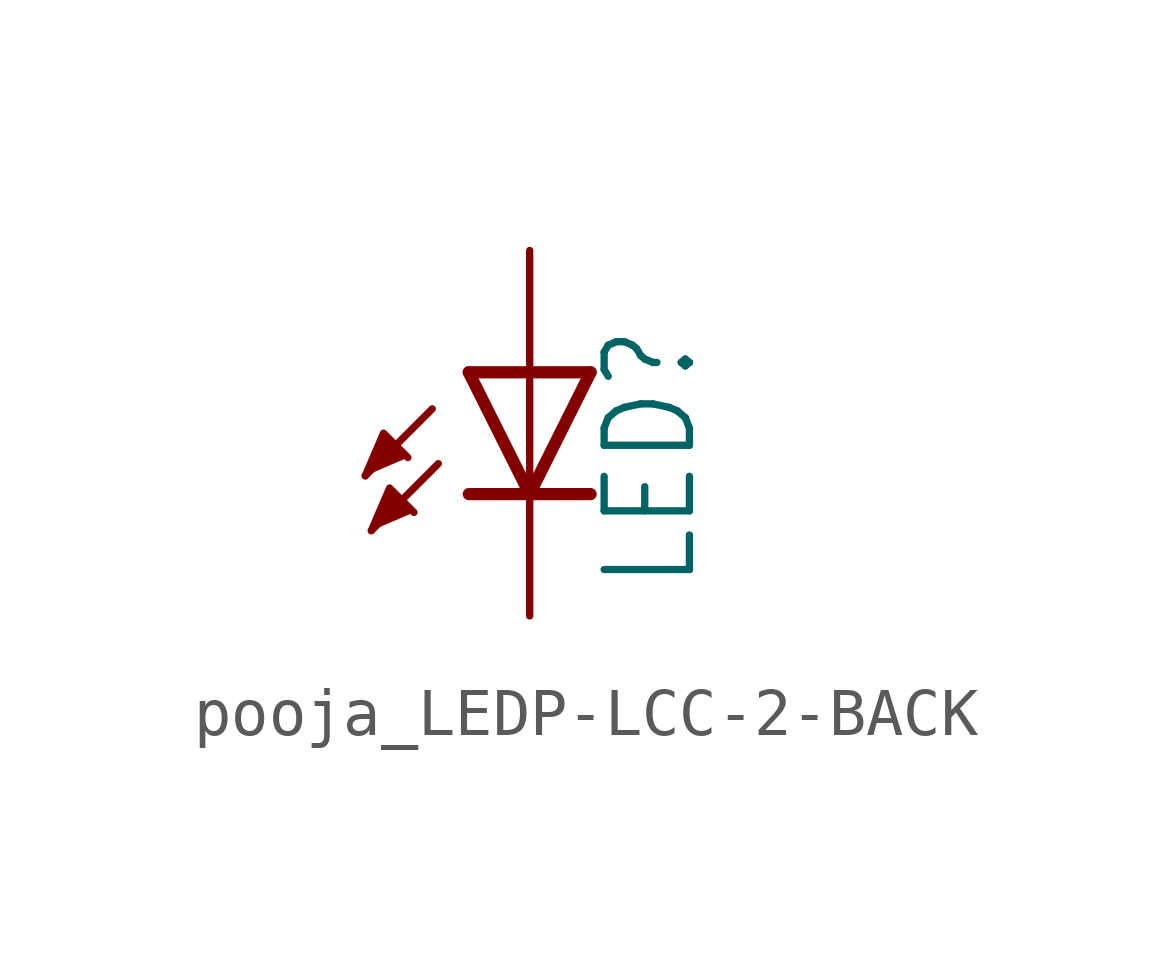
<source format=kicad_sym>
(kicad_symbol_lib
  (version 20220914)
  (generator kicad_symbol_editor)
  (symbol "pooja_LEDP-LCC-2-BACK"
    (property "Reference" "LED"
      (at 3.556 -4.572 90)
      (effects (font (size 1.778 1.511)) (justify left bottom)))
    (property "Value" ""
      (at 5.715 -4.572 90)
      (effects (font (size 1.778 1.511)) (justify left bottom)))
    (property "ki_locked" ""
      (at 0 0 0)
      (effects (font (size 1.27 1.27))))
    (symbol "pooja_LEDP-LCC-2-BACK_1_0"
      (polyline (pts (xy -2.032 -0.762) (xy -3.429 -2.159)) (stroke (width 0.152) (type solid)) (fill (type none)))
      (polyline (pts (xy -1.905 -1.905) (xy -3.302 -3.302)) (stroke (width 0.152) (type solid)) (fill (type none)))
      (polyline (pts (xy 0 -2.54) (xy -1.27 -2.54)) (stroke (width 0.254) (type solid)) (fill (type none)))
      (polyline (pts (xy 0 -2.54) (xy -1.27 0)) (stroke (width 0.254) (type solid)) (fill (type none)))
      (polyline (pts (xy 0 0) (xy -1.27 0)) (stroke (width 0.254) (type solid)) (fill (type none)))
      (polyline (pts (xy 0 0) (xy 0 -2.54)) (stroke (width 0.152) (type solid)) (fill (type none)))
      (polyline (pts (xy 1.27 -2.54) (xy 0 -2.54)) (stroke (width 0.254) (type solid)) (fill (type none)))
      (polyline (pts (xy 1.27 0) (xy 0 -2.54)) (stroke (width 0.254) (type solid)) (fill (type none)))
      (polyline (pts (xy 1.27 0) (xy 0 0)) (stroke (width 0.254) (type solid)) (fill (type none)))
      (polyline (pts (xy -3.429 -2.159) (xy -3.048 -1.27) (xy -2.54 -1.778)) (stroke (width 0.152) (type solid)) (fill (type outline)))
      (polyline (pts (xy -3.302 -3.302) (xy -2.921 -2.413) (xy -2.413 -2.921)) (stroke (width 0.152) (type solid)) (fill (type outline)))
      (pin passive line (at 0 2.54 270) (length 2.54) (name "A" (effects (font (size 0 0)))) (number "A" (effects (font (size 0 0)))))
      (pin passive line (at 0 -5.08 90) (length 2.54) (name "C" (effects (font (size 0 0)))) (number "C" (effects (font (size 0 0))))))))
</source>
